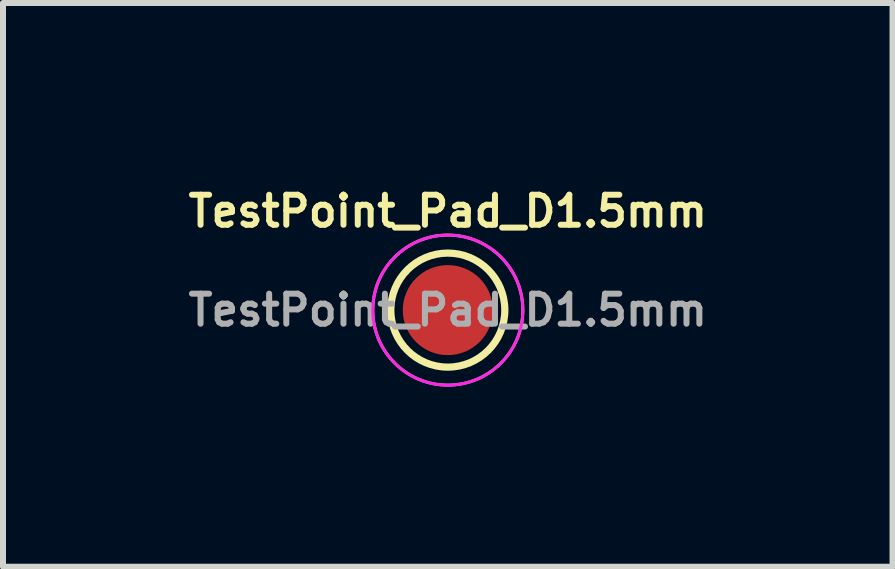
<source format=kicad_pcb>
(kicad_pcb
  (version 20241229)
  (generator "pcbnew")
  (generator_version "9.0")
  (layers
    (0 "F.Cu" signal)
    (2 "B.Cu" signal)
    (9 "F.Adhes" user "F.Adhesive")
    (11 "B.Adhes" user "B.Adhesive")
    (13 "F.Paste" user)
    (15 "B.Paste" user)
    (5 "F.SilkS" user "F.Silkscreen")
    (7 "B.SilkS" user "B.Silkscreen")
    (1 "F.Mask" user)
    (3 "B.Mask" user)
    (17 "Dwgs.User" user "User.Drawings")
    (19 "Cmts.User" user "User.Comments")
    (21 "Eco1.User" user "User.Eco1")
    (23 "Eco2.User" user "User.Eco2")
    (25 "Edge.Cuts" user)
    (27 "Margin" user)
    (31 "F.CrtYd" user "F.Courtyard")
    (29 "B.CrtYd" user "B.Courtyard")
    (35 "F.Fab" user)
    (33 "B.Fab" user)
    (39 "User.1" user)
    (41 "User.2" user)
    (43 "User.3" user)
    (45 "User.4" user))
  (footprint "TestPoint_Pad_D1.5mm"
    (layer "F.Cu")
    (at 4.41 2.116)
    (property "Reference" "TestPoint_Pad_D1.5mm" (at 0 -1.648 0) (layer "F.SilkS") (effects (font (size 0.5 0.5) (thickness 0.1))))
    (attr exclude_from_pos_files exclude_from_bom)
    (fp_circle (center 0 0) (end 0 0.95) (stroke (width 0.12) (type solid)) (fill no) (layer "F.SilkS"))
    (fp_circle (center 0 0) (end 1.25 0) (stroke (width 0.05) (type solid)) (fill no) (layer "F.CrtYd"))
    (fp_circle (center 0 0) (end 1.25 0) (stroke (width 0.05) (type solid)) (fill no) (layer "F.Fab"))
    (fp_text user "${REFERENCE}" (at 0 0 0) (layer "F.Fab") (effects (font (size 0.5 0.5) (thickness 0.1))))
    (pad "1" smd circle (at 0 0) (size 1.5 1.5) (layers "F.Cu" "F.Mask")))
  (gr_rect
    (start -3 -3)
    (end 11.819 6.391)
    (stroke (width 0.1) (type default))
    (fill no)
    (layer "Edge.Cuts")))
</source>
